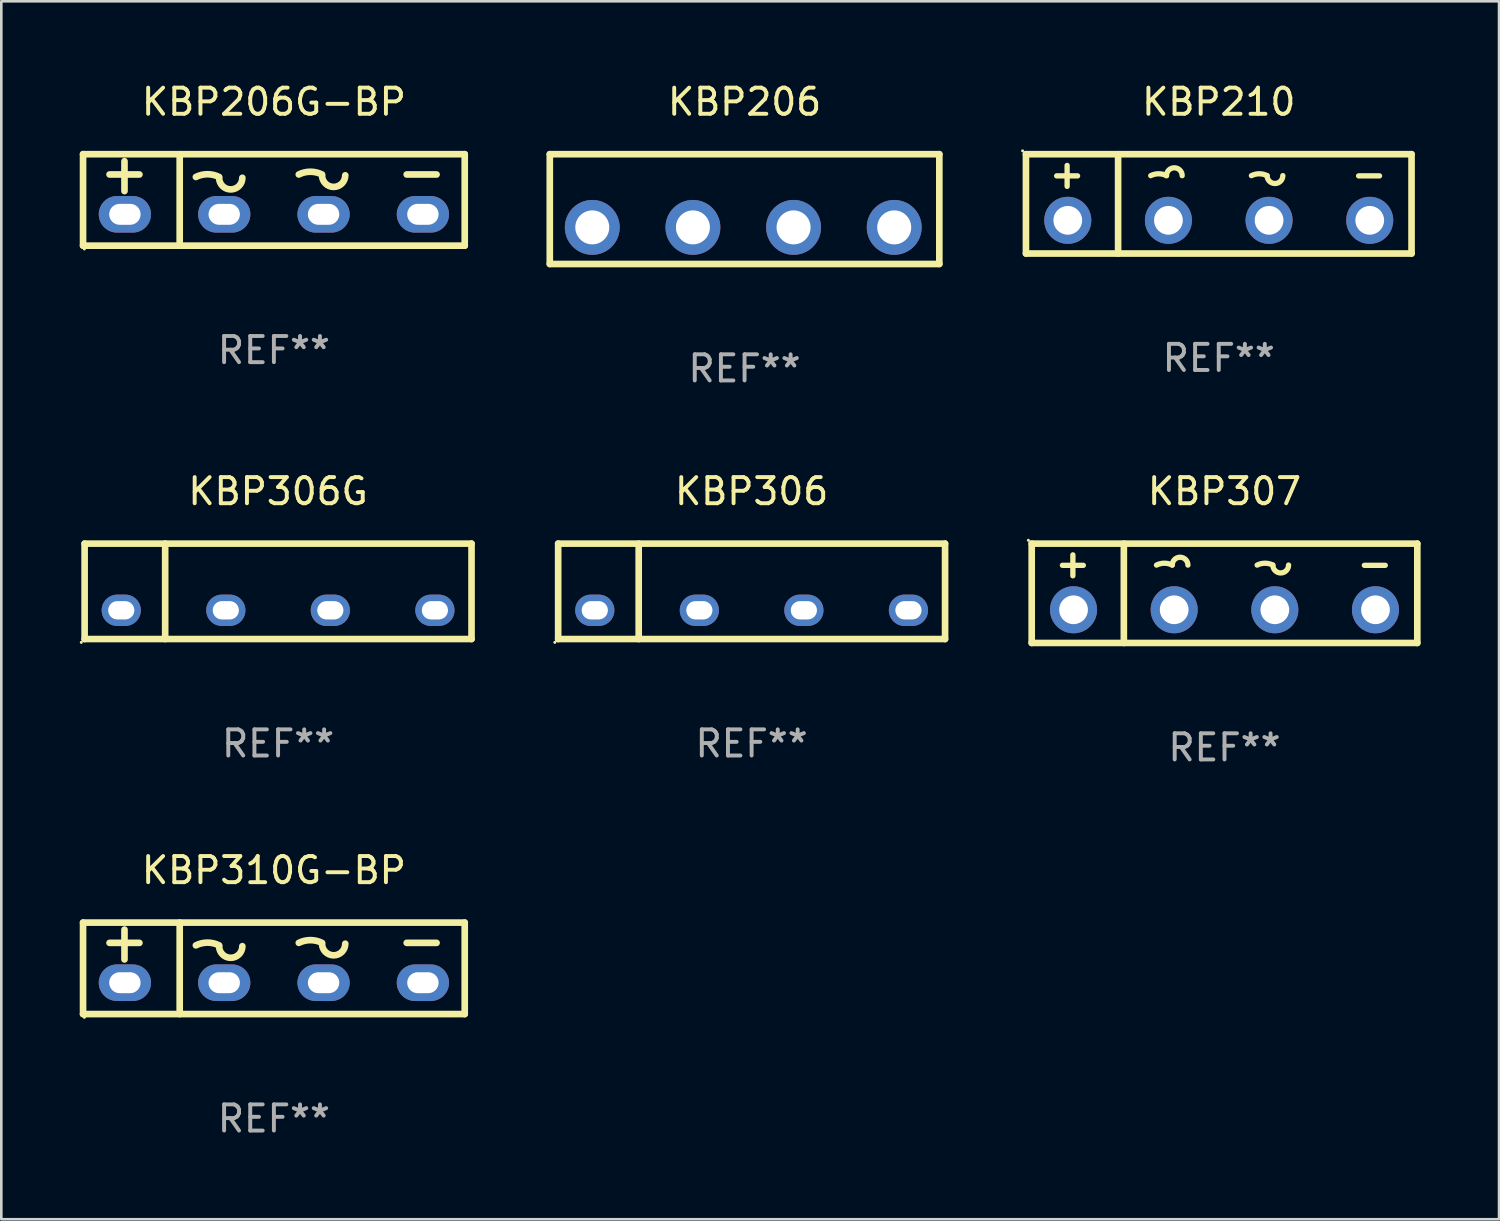
<source format=kicad_pcb>
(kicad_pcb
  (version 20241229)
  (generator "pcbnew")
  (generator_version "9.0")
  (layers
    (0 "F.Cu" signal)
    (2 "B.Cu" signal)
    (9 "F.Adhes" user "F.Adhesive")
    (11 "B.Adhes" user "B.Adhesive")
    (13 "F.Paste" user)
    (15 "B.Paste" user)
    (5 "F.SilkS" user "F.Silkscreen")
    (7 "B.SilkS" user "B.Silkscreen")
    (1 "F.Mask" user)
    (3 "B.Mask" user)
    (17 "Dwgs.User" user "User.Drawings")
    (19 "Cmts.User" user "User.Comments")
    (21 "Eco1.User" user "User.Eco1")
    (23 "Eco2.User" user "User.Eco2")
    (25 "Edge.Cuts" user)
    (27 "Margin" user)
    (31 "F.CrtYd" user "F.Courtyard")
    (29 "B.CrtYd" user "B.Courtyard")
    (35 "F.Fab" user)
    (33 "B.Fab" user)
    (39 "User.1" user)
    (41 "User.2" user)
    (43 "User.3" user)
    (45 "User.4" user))
  (footprint "KBP206G-BP"
    (layer "F.Cu")
    (at 7.427 4.598)
    (property "Reference" "KBP206G-BP" (at 0 -3.75 0) (layer "F.SilkS") (effects (font (size 1 1) (thickness 0.15))))
    (attr through_hole)
    (fp_line (start -7.3 -1.75) (end 7.3 -1.75) (stroke (width 0.254) (type solid)) (layer "F.SilkS"))
    (fp_line (start -7.3 1.75) (end -7.3 -1.75) (stroke (width 0.254) (type solid)) (layer "F.SilkS"))
    (fp_line (start -6.287 -0.974) (end -5.144 -0.974) (stroke (width 0.254) (type solid)) (layer "F.SilkS"))
    (fp_line (start -5.715 -0.339) (end -5.715 -1.482) (stroke (width 0.254) (type solid)) (layer "F.SilkS"))
    (fp_line (start -3.603 -1.75) (end -3.603 1.75) (stroke (width 0.254) (type solid)) (layer "F.SilkS"))
    (fp_line (start 5.08 -0.974) (end 6.223 -0.974) (stroke (width 0.254) (type solid)) (layer "F.SilkS"))
    (fp_line (start 7.3 1.75) (end -7.3 1.75) (stroke (width 0.254) (type solid)) (layer "F.SilkS"))
    (fp_line (start 7.3 1.75) (end 7.3 -1.75) (stroke (width 0.254) (type solid)) (layer "F.SilkS"))
    (fp_arc (start -2.984544 -0.87874) (mid -2.540043 -0.983672) (end -2.095542 -0.87874) (stroke (width 0.254001) (type solid)) (layer "F.SilkS"))
    (fp_arc (start -1.206515 -0.84699) (mid -1.651016 -0.402489) (end -2.095517 -0.84699) (stroke (width 0.254001) (type solid)) (layer "F.SilkS"))
    (fp_arc (start 0.952489 -0.97399) (mid 1.39699 -1.078923) (end 1.84149 -0.97399) (stroke (width 0.254001) (type solid)) (layer "F.SilkS"))
    (fp_arc (start 2.730518 -0.94224) (mid 2.286017 -0.497739) (end 1.841516 -0.94224) (stroke (width 0.254001) (type solid)) (layer "F.SilkS"))
    (fp_circle (center -7.25 1.875) (end -7.22 1.875) (stroke (width 0.06) (type solid)) (fill no) (layer "F.SilkS"))
    (fp_text user "REF**" (at 0 5.75 0) (layer "F.Fab") (effects (font (size 1 1) (thickness 0.15))))
    (pad "1" thru_hole oval (at -5.7 0.55) (size 2 1.4) (drill oval 1.2 0.8) (layers "*.Cu" "*.Mask"))
    (pad "2" thru_hole oval (at -1.9 0.55) (size 2 1.4) (drill oval 1.2 0.8) (layers "*.Cu" "*.Mask"))
    (pad "3" thru_hole oval (at 1.9 0.55) (size 2 1.4) (drill oval 1.2 0.8) (layers "*.Cu" "*.Mask"))
    (pad "4" thru_hole oval (at 5.7 0.55) (size 2 1.4) (drill oval 1.2 0.8) (layers "*.Cu" "*.Mask")))
  (footprint "KBP310G-BP"
    (layer "F.Cu")
    (at 7.427 33.991)
    (property "Reference" "KBP310G-BP" (at 0 -3.75 0) (layer "F.SilkS") (effects (font (size 1 1) (thickness 0.15))))
    (attr through_hole)
    (fp_line (start -7.3 -1.75) (end 7.3 -1.75) (stroke (width 0.254) (type solid)) (layer "F.SilkS"))
    (fp_line (start -7.3 1.75) (end -7.3 -1.75) (stroke (width 0.254) (type solid)) (layer "F.SilkS"))
    (fp_line (start -6.287 -0.974) (end -5.144 -0.974) (stroke (width 0.254) (type solid)) (layer "F.SilkS"))
    (fp_line (start -5.715 -0.339) (end -5.715 -1.482) (stroke (width 0.254) (type solid)) (layer "F.SilkS"))
    (fp_line (start -3.603 -1.75) (end -3.603 1.75) (stroke (width 0.254) (type solid)) (layer "F.SilkS"))
    (fp_line (start 5.08 -0.974) (end 6.223 -0.974) (stroke (width 0.254) (type solid)) (layer "F.SilkS"))
    (fp_line (start 7.3 1.75) (end -7.3 1.75) (stroke (width 0.254) (type solid)) (layer "F.SilkS"))
    (fp_line (start 7.3 1.75) (end 7.3 -1.75) (stroke (width 0.254) (type solid)) (layer "F.SilkS"))
    (fp_arc (start -2.984544 -0.87874) (mid -2.540043 -0.983672) (end -2.095542 -0.87874) (stroke (width 0.254001) (type solid)) (layer "F.SilkS"))
    (fp_arc (start -1.206515 -0.84699) (mid -1.651016 -0.402489) (end -2.095517 -0.84699) (stroke (width 0.254001) (type solid)) (layer "F.SilkS"))
    (fp_arc (start 0.952489 -0.97399) (mid 1.39699 -1.078923) (end 1.84149 -0.97399) (stroke (width 0.254001) (type solid)) (layer "F.SilkS"))
    (fp_arc (start 2.730518 -0.94224) (mid 2.286017 -0.497739) (end 1.841516 -0.94224) (stroke (width 0.254001) (type solid)) (layer "F.SilkS"))
    (fp_circle (center -7.25 1.875) (end -7.22 1.875) (stroke (width 0.06) (type solid)) (fill no) (layer "F.SilkS"))
    (fp_text user "REF**" (at 0 5.75 0) (layer "F.Fab") (effects (font (size 1 1) (thickness 0.15))))
    (pad "1" thru_hole oval (at -5.7 0.55) (size 2 1.4) (drill oval 1.2 0.8) (layers "*.Cu" "*.Mask"))
    (pad "2" thru_hole oval (at -1.9 0.55) (size 2 1.4) (drill oval 1.2 0.8) (layers "*.Cu" "*.Mask"))
    (pad "3" thru_hole oval (at 1.9 0.55) (size 2 1.4) (drill oval 1.2 0.8) (layers "*.Cu" "*.Mask"))
    (pad "4" thru_hole oval (at 5.7 0.55) (size 2 1.4) (drill oval 1.2 0.8) (layers "*.Cu" "*.Mask")))
  (footprint "KBP206"
    (layer "F.Cu")
    (at 25.431 4.948)
    (property "Reference" "KBP206" (at 0 -4.1 0) (layer "F.SilkS") (effects (font (size 1 1) (thickness 0.15))))
    (attr through_hole)
    (fp_line (start -7.45 -2.1) (end -7.45 2.1) (stroke (width 0.254) (type solid)) (layer "F.SilkS"))
    (fp_line (start -7.45 2.1) (end 7.45 2.1) (stroke (width 0.254) (type solid)) (layer "F.SilkS"))
    (fp_line (start 7.45 -2.1) (end -7.45 -2.1) (stroke (width 0.254) (type solid)) (layer "F.SilkS"))
    (fp_line (start 7.45 2.1) (end 7.45 -2.1) (stroke (width 0.254) (type solid)) (layer "F.SilkS"))
    (fp_circle (center -7.4 1.89) (end -7.37 1.89) (stroke (width 0.06) (type solid)) (fill no) (layer "F.SilkS"))
    (fp_text user "REF**" (at 0 6.1 0) (layer "F.Fab") (effects (font (size 1 1) (thickness 0.15))))
    (pad "1" thru_hole circle (at -5.825 0.7) (size 2.1 2.1) (drill 1.3) (layers "*.Cu" "*.Mask"))
    (pad "2" thru_hole circle (at -1.975 0.7) (size 2.1 2.1) (drill 1.3) (layers "*.Cu" "*.Mask"))
    (pad "3" thru_hole circle (at 1.875 0.7) (size 2.1 2.1) (drill 1.3) (layers "*.Cu" "*.Mask"))
    (pad "4" thru_hole circle (at 5.725 0.7) (size 2.1 2.1) (drill 1.3) (layers "*.Cu" "*.Mask")))
  (footprint "KBP210"
    (layer "F.Cu")
    (at 43.57 4.748)
    (property "Reference" "KBP210" (at 0 -3.9 0) (layer "F.SilkS") (effects (font (size 1 1) (thickness 0.15))))
    (attr through_hole)
    (fp_line (start -7.375 1.9) (end -7.375 -1.9) (stroke (width 0.254) (type solid)) (layer "F.SilkS"))
    (fp_line (start -7.375 1.9) (end 7.375 1.9) (stroke (width 0.254) (type solid)) (layer "F.SilkS"))
    (fp_line (start -5.8 -0.67) (end -5.8 -1.47) (stroke (width 0.203) (type solid)) (layer "F.SilkS"))
    (fp_line (start -5.4 -1.07) (end -6.2 -1.07) (stroke (width 0.203) (type solid)) (layer "F.SilkS"))
    (fp_line (start -3.85 1.9) (end -3.85 -1.9) (stroke (width 0.254) (type solid)) (layer "F.SilkS"))
    (fp_line (start 6.15 -1.07) (end 5.35 -1.07) (stroke (width 0.203) (type solid)) (layer "F.SilkS"))
    (fp_line (start 7.375 -1.9) (end -7.375 -1.9) (stroke (width 0.254) (type solid)) (layer "F.SilkS"))
    (fp_line (start 7.375 1.9) (end 7.375 -1.9) (stroke (width 0.254) (type solid)) (layer "F.SilkS"))
    (fp_arc (start -2.600965 -1.079426) (mid -2.299974 -1.150585) (end -1.998984 -1.079425) (stroke (width 0.2032) (type solid)) (layer "F.SilkS"))
    (fp_arc (start -1.998983 -1.079427) (mid -1.699263 -1.378867) (end -1.399543 -1.079426) (stroke (width 0.2032) (type solid)) (layer "F.SilkS"))
    (fp_arc (start 1.249682 -1.079426) (mid 1.549403 -1.150151) (end 1.849124 -1.079426) (stroke (width 0.2032) (type solid)) (layer "F.SilkS"))
    (fp_arc (start 2.451105 -1.079426) (mid 2.150114 -0.779424) (end 1.849123 -1.079427) (stroke (width 0.2032) (type solid)) (layer "F.SilkS"))
    (fp_circle (center -7.502 -2.027) (end -7.472 -2.027) (stroke (width 0.06) (type solid)) (fill no) (layer "F.SilkS"))
    (fp_text user "REF**" (at 0 5.9 0) (layer "F.Fab") (effects (font (size 1 1) (thickness 0.15))))
    (pad "1" thru_hole circle (at -5.775 0.63) (size 1.8 1.8) (drill 1.1) (layers "*.Cu" "*.Mask"))
    (pad "2" thru_hole circle (at -1.925 0.63) (size 1.8 1.8) (drill 1.1) (layers "*.Cu" "*.Mask"))
    (pad "3" thru_hole circle (at 1.925 0.63) (size 1.8 1.8) (drill 1.1) (layers "*.Cu" "*.Mask"))
    (pad "4" thru_hole circle (at 5.775 0.63) (size 1.8 1.8) (drill 1.1) (layers "*.Cu" "*.Mask")))
  (footprint "KBP306G"
    (layer "F.Cu")
    (at 7.587 19.57)
    (property "Reference" "KBP306G" (at 0 -3.825 0) (layer "F.SilkS") (effects (font (size 1 1) (thickness 0.15))))
    (attr through_hole)
    (fp_line (start -7.4 -1.825) (end 7.4 -1.825) (stroke (width 0.254) (type solid)) (layer "F.SilkS"))
    (fp_line (start -7.4 1.825) (end -7.4 -1.825) (stroke (width 0.254) (type solid)) (layer "F.SilkS"))
    (fp_line (start -4.319 1.825) (end -4.319 -1.825) (stroke (width 0.254) (type solid)) (layer "F.SilkS"))
    (fp_line (start 7.4 -1.825) (end 7.4 1.825) (stroke (width 0.254) (type solid)) (layer "F.SilkS"))
    (fp_line (start 7.4 1.825) (end -7.4 1.825) (stroke (width 0.254) (type solid)) (layer "F.SilkS"))
    (fp_circle (center -7.527 1.952) (end -7.497 1.952) (stroke (width 0.06) (type solid)) (fill no) (layer "F.SilkS"))
    (fp_text user "REF**" (at 0 5.825 0) (layer "F.Fab") (effects (font (size 1 1) (thickness 0.15))))
    (pad "1" thru_hole oval (at -5.999 0.725) (size 1.5 1.2) (drill oval 1 0.7) (layers "*.Cu" "*.Mask"))
    (pad "2" thru_hole oval (at -1.999 0.725) (size 1.5 1.2) (drill oval 1 0.7) (layers "*.Cu" "*.Mask"))
    (pad "3" thru_hole oval (at 1.999 0.725) (size 1.5 1.2) (drill oval 1 0.7) (layers "*.Cu" "*.Mask"))
    (pad "4" thru_hole oval (at 5.999 0.725) (size 1.5 1.2) (drill oval 1 0.7) (layers "*.Cu" "*.Mask")))
  (footprint "KBP307"
    (layer "F.Cu")
    (at 43.79 19.645)
    (property "Reference" "KBP307" (at 0 -3.9 0) (layer "F.SilkS") (effects (font (size 1 1) (thickness 0.15))))
    (attr through_hole)
    (fp_line (start -7.375 1.9) (end -7.375 -1.9) (stroke (width 0.254) (type solid)) (layer "F.SilkS"))
    (fp_line (start -7.375 1.9) (end 7.375 1.9) (stroke (width 0.254) (type solid)) (layer "F.SilkS"))
    (fp_line (start -5.8 -0.67) (end -5.8 -1.47) (stroke (width 0.203) (type solid)) (layer "F.SilkS"))
    (fp_line (start -5.4 -1.07) (end -6.2 -1.07) (stroke (width 0.203) (type solid)) (layer "F.SilkS"))
    (fp_line (start -3.85 1.9) (end -3.85 -1.9) (stroke (width 0.254) (type solid)) (layer "F.SilkS"))
    (fp_line (start 6.15 -1.07) (end 5.35 -1.07) (stroke (width 0.203) (type solid)) (layer "F.SilkS"))
    (fp_line (start 7.375 -1.9) (end -7.375 -1.9) (stroke (width 0.254) (type solid)) (layer "F.SilkS"))
    (fp_line (start 7.375 1.9) (end 7.375 -1.9) (stroke (width 0.254) (type solid)) (layer "F.SilkS"))
    (fp_arc (start -2.600965 -1.079426) (mid -2.299974 -1.150585) (end -1.998984 -1.079425) (stroke (width 0.2032) (type solid)) (layer "F.SilkS"))
    (fp_arc (start -1.998983 -1.079427) (mid -1.699263 -1.378867) (end -1.399543 -1.079426) (stroke (width 0.2032) (type solid)) (layer "F.SilkS"))
    (fp_arc (start 1.249682 -1.079426) (mid 1.549403 -1.150151) (end 1.849124 -1.079426) (stroke (width 0.2032) (type solid)) (layer "F.SilkS"))
    (fp_arc (start 2.451105 -1.079426) (mid 2.150114 -0.779424) (end 1.849123 -1.079427) (stroke (width 0.2032) (type solid)) (layer "F.SilkS"))
    (fp_circle (center -7.502 -2.027) (end -7.472 -2.027) (stroke (width 0.06) (type solid)) (fill no) (layer "F.SilkS"))
    (fp_text user "REF**" (at 0 5.9 0) (layer "F.Fab") (effects (font (size 1 1) (thickness 0.15))))
    (pad "1" thru_hole circle (at -5.775 0.63) (size 1.8 1.8) (drill 1.1) (layers "*.Cu" "*.Mask"))
    (pad "2" thru_hole circle (at -1.925 0.63) (size 1.8 1.8) (drill 1.1) (layers "*.Cu" "*.Mask"))
    (pad "3" thru_hole circle (at 1.925 0.63) (size 1.8 1.8) (drill 1.1) (layers "*.Cu" "*.Mask"))
    (pad "4" thru_hole circle (at 5.775 0.63) (size 1.8 1.8) (drill 1.1) (layers "*.Cu" "*.Mask")))
  (footprint "KBP306"
    (layer "F.Cu")
    (at 25.701 19.57)
    (property "Reference" "KBP306" (at 0 -3.825 0) (layer "F.SilkS") (effects (font (size 1 1) (thickness 0.15))))
    (attr through_hole)
    (fp_line (start -7.4 -1.825) (end 7.4 -1.825) (stroke (width 0.254) (type solid)) (layer "F.SilkS"))
    (fp_line (start -7.4 1.825) (end -7.4 -1.825) (stroke (width 0.254) (type solid)) (layer "F.SilkS"))
    (fp_line (start -4.319 1.825) (end -4.319 -1.825) (stroke (width 0.254) (type solid)) (layer "F.SilkS"))
    (fp_line (start 7.4 -1.825) (end 7.4 1.825) (stroke (width 0.254) (type solid)) (layer "F.SilkS"))
    (fp_line (start 7.4 1.825) (end -7.4 1.825) (stroke (width 0.254) (type solid)) (layer "F.SilkS"))
    (fp_circle (center -7.527 1.952) (end -7.497 1.952) (stroke (width 0.06) (type solid)) (fill no) (layer "F.SilkS"))
    (fp_text user "REF**" (at 0 5.825 0) (layer "F.Fab") (effects (font (size 1 1) (thickness 0.15))))
    (pad "1" thru_hole oval (at -5.999 0.725) (size 1.5 1.2) (drill oval 1 0.7) (layers "*.Cu" "*.Mask"))
    (pad "2" thru_hole oval (at -1.999 0.725) (size 1.5 1.2) (drill oval 1 0.7) (layers "*.Cu" "*.Mask"))
    (pad "3" thru_hole oval (at 1.999 0.725) (size 1.5 1.2) (drill oval 1 0.7) (layers "*.Cu" "*.Mask"))
    (pad "4" thru_hole oval (at 5.999 0.725) (size 1.5 1.2) (drill oval 1 0.7) (layers "*.Cu" "*.Mask")))
  (gr_rect
    (start -3 -3)
    (end 54.292 43.59)
    (stroke (width 0.1) (type default))
    (fill no)
    (layer "Edge.Cuts")))
</source>
